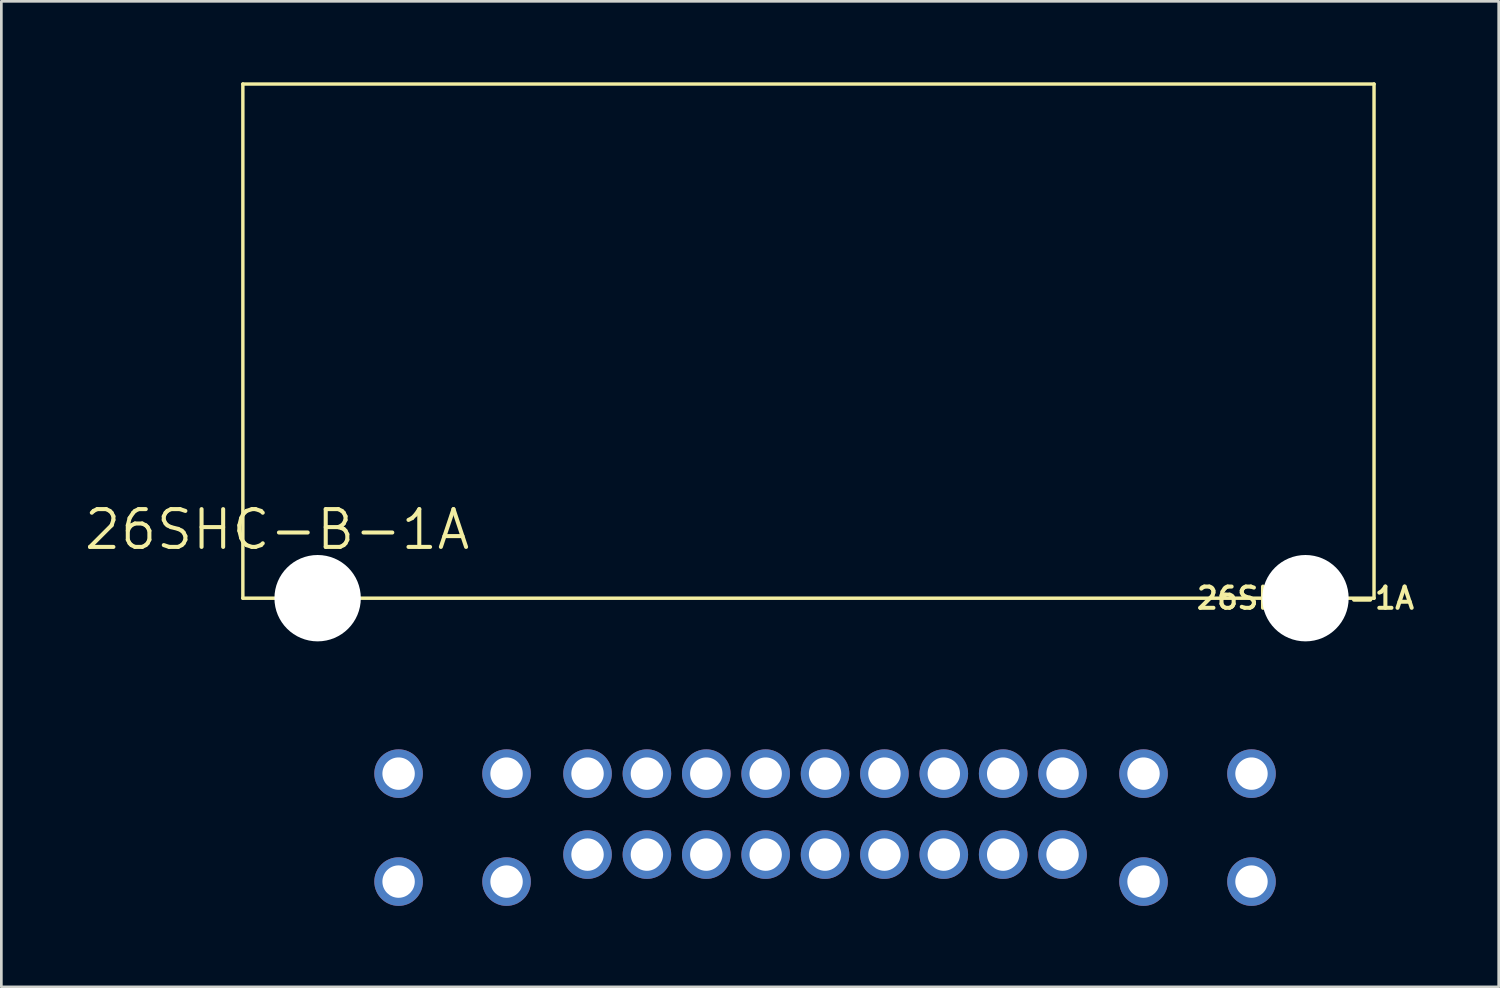
<source format=kicad_pcb>
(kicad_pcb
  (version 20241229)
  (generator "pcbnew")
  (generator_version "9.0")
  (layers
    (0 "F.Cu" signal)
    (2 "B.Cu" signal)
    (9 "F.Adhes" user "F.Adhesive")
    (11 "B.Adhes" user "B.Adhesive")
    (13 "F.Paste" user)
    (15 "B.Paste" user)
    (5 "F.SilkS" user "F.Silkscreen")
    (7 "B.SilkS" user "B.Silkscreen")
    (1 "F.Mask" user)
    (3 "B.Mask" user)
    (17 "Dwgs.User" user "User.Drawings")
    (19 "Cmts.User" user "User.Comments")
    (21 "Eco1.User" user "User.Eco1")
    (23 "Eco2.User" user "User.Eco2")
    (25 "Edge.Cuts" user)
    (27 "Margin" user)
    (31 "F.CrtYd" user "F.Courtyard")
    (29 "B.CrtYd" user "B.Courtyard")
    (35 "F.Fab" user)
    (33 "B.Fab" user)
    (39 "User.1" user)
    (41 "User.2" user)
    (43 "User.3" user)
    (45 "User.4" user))
  (footprint "26SHC-B-1A"
    (layer "F.Cu")
    (at 45.318 19.113)
    (property "Reference" "26SHC-B-1A" (at 0 0 0) (layer "F.SilkS") (effects (font (size 0.787 0.787) (thickness 0.15))))
    (attr through_hole)
    (fp_line (start -39.37 -19.05) (end 2.54 -19.05) (stroke (width 0.127) (type solid)) (layer "F.SilkS"))
    (fp_line (start -39.37 0) (end -39.37 -19.05) (stroke (width 0.127) (type solid)) (layer "F.SilkS"))
    (fp_line (start 2.54 -19.05) (end 2.54 0) (stroke (width 0.127) (type solid)) (layer "F.SilkS"))
    (fp_line (start 2.54 0) (end -39.37 0) (stroke (width 0.127) (type solid)) (layer "F.SilkS"))
    (fp_text user "26SHC-B-1A" (at -38.1 -2.54 0) (layer "F.SilkS") (effects (font (size 1.4 1.4) (thickness 0.15))))
    (pad "" np_thru_hole circle (at -36.6 0) (size 3.2 3.2) (drill 3.2) (layers "*.Cu" "*.Mask"))
    (pad "" np_thru_hole circle (at 0 0) (size 3.2 3.2) (drill 3.2) (layers "*.Cu" "*.Mask"))
    (pad "P$2" thru_hole circle (at -2 6.5) (size 1.8 1.8) (drill 1.2) (layers "*.Cu" "*.Mask"))
    (pad "P$3" thru_hole circle (at -2 10.5) (size 1.8 1.8) (drill 1.2) (layers "*.Cu" "*.Mask"))
    (pad "P$4" thru_hole circle (at -6 6.5) (size 1.8 1.8) (drill 1.2) (layers "*.Cu" "*.Mask"))
    (pad "P$5" thru_hole circle (at -6 10.5) (size 1.8 1.8) (drill 1.2) (layers "*.Cu" "*.Mask"))
    (pad "P$6" thru_hole circle (at -9 6.5) (size 1.8 1.8) (drill 1.2) (layers "*.Cu" "*.Mask"))
    (pad "P$7" thru_hole circle (at -9 9.5) (size 1.8 1.8) (drill 1.2) (layers "*.Cu" "*.Mask"))
    (pad "P$8" thru_hole circle (at -11.2 6.5) (size 1.8 1.8) (drill 1.2) (layers "*.Cu" "*.Mask"))
    (pad "P$9" thru_hole circle (at -11.2 9.5) (size 1.8 1.8) (drill 1.2) (layers "*.Cu" "*.Mask"))
    (pad "P$10" thru_hole circle (at -13.4 6.5) (size 1.8 1.8) (drill 1.2) (layers "*.Cu" "*.Mask"))
    (pad "P$11" thru_hole circle (at -13.4 9.5) (size 1.8 1.8) (drill 1.2) (layers "*.Cu" "*.Mask"))
    (pad "P$12" thru_hole circle (at -15.6 6.5) (size 1.8 1.8) (drill 1.2) (layers "*.Cu" "*.Mask"))
    (pad "P$13" thru_hole circle (at -15.6 9.5) (size 1.8 1.8) (drill 1.2) (layers "*.Cu" "*.Mask"))
    (pad "P$14" thru_hole circle (at -17.8 6.5) (size 1.8 1.8) (drill 1.2) (layers "*.Cu" "*.Mask"))
    (pad "P$15" thru_hole circle (at -17.8 9.5) (size 1.8 1.8) (drill 1.2) (layers "*.Cu" "*.Mask"))
    (pad "P$16" thru_hole circle (at -20 6.5) (size 1.8 1.8) (drill 1.2) (layers "*.Cu" "*.Mask"))
    (pad "P$17" thru_hole circle (at -20 9.5) (size 1.8 1.8) (drill 1.2) (layers "*.Cu" "*.Mask"))
    (pad "P$18" thru_hole circle (at -22.2 6.5) (size 1.8 1.8) (drill 1.2) (layers "*.Cu" "*.Mask"))
    (pad "P$19" thru_hole circle (at -22.2 9.5) (size 1.8 1.8) (drill 1.2) (layers "*.Cu" "*.Mask"))
    (pad "P$20" thru_hole circle (at -24.4 6.5) (size 1.8 1.8) (drill 1.2) (layers "*.Cu" "*.Mask"))
    (pad "P$21" thru_hole circle (at -24.4 9.5) (size 1.8 1.8) (drill 1.2) (layers "*.Cu" "*.Mask"))
    (pad "P$22" thru_hole circle (at -26.6 6.5) (size 1.8 1.8) (drill 1.2) (layers "*.Cu" "*.Mask"))
    (pad "P$23" thru_hole circle (at -26.6 9.5) (size 1.8 1.8) (drill 1.2) (layers "*.Cu" "*.Mask"))
    (pad "P$24" thru_hole circle (at -29.6 6.5) (size 1.8 1.8) (drill 1.2) (layers "*.Cu" "*.Mask"))
    (pad "P$25" thru_hole circle (at -29.6 10.5) (size 1.8 1.8) (drill 1.2) (layers "*.Cu" "*.Mask"))
    (pad "P$26" thru_hole circle (at -33.6 6.5) (size 1.8 1.8) (drill 1.2) (layers "*.Cu" "*.Mask"))
    (pad "P$27" thru_hole circle (at -33.6 10.5) (size 1.8 1.8) (drill 1.2) (layers "*.Cu" "*.Mask")))
  (gr_rect
    (start -3 -3)
    (end 52.477 33.514)
    (stroke (width 0.1) (type default))
    (fill no)
    (layer "Edge.Cuts")))
</source>
